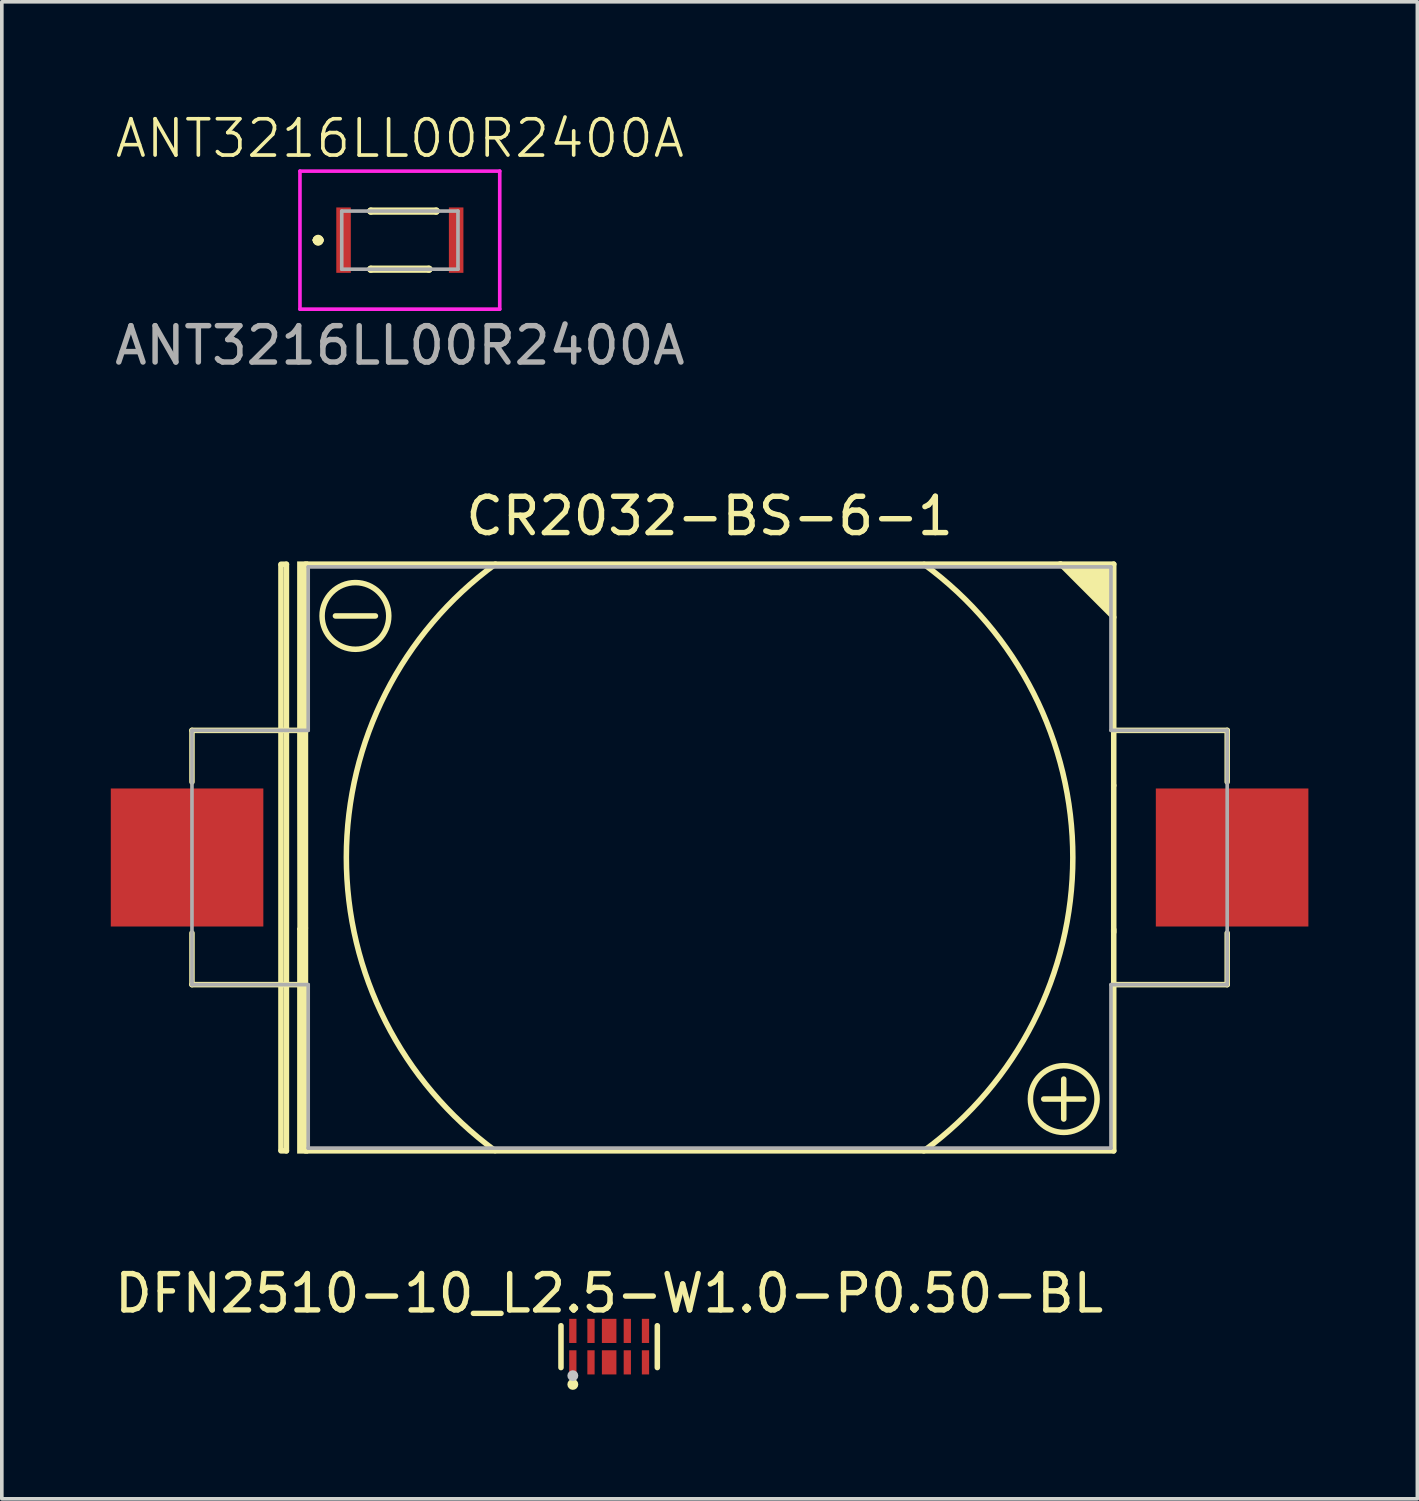
<source format=kicad_pcb>
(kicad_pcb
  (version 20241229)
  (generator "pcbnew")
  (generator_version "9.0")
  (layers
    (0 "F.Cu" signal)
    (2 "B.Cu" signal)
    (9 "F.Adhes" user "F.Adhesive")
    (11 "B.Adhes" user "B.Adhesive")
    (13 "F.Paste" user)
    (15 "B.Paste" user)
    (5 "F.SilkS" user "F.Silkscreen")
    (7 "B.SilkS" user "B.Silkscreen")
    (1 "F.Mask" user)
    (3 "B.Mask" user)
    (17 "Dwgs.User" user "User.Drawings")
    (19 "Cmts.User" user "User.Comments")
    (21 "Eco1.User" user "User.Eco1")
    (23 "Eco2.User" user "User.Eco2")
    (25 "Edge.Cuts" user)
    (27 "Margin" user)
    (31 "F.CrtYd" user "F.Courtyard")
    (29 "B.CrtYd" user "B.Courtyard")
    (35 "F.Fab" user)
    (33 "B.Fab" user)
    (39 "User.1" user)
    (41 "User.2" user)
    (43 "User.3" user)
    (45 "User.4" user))
  (footprint "DFN2510-10_L2.5-W1.0-P0.50-BL"
    (layer "F.Cu")
    (at 13.72 34.023)
    (property "Reference" "DFN2510-10_L2.5-W1.0-P0.50-BL" (at 0 -1.466 0) (layer "F.SilkS") (effects (font (size 1 1) (thickness 0.15))))
    (fp_line (start -1.326 0.576) (end -1.326 -0.576) (stroke (width 0.152) (type default)) (layer "F.SilkS"))
    (fp_line (start 1.326 0.576) (end 1.326 -0.576) (stroke (width 0.152) (type default)) (layer "F.SilkS"))
    (fp_circle (center -1 1.04) (end -0.925 1.04) (stroke (width 0.15) (type default)) (fill no) (layer "F.SilkS"))
    (fp_poly (pts (xy -1.101 0.101) (xy -0.9 0.101) (xy -0.9 0.765) (xy -1.1 0.765)) (stroke (width 0) (type default)) (fill yes) (layer "F.Paste"))
    (fp_poly (pts (xy -0.601 0.101) (xy -0.4 0.101) (xy -0.4 0.765) (xy -0.6 0.765)) (stroke (width 0) (type default)) (fill yes) (layer "F.Paste"))
    (fp_poly (pts (xy -0.2 -0.765) (xy 0.2 -0.765) (xy 0.2 -0.1) (xy -0.2 -0.1)) (stroke (width 0) (type default)) (fill yes) (layer "F.Paste"))
    (fp_poly (pts (xy -0.2 0.1) (xy 0.2 0.1) (xy 0.2 0.765) (xy -0.2 0.765)) (stroke (width 0) (type default)) (fill yes) (layer "F.Paste"))
    (fp_poly (pts (xy 0.399 0.101) (xy 0.601 0.101) (xy 0.601 0.765) (xy 0.4 0.765)) (stroke (width 0) (type default)) (fill yes) (layer "F.Paste"))
    (fp_poly (pts (xy 0.899 0.101) (xy 1.1 0.101) (xy 1.1 0.765) (xy 0.9 0.765)) (stroke (width 0) (type default)) (fill yes) (layer "F.Paste"))
    (fp_poly (pts (xy -1.101 -0.765) (xy -0.9 -0.765) (xy -0.9 -0.101) (xy -1.1 -0.101) (xy -1.1 -0.101)) (stroke (width 0) (type default)) (fill yes) (layer "F.Paste"))
    (fp_poly (pts (xy -0.601 -0.765) (xy -0.4 -0.765) (xy -0.4 -0.101) (xy -0.6 -0.101) (xy -0.6 -0.101)) (stroke (width 0) (type default)) (fill yes) (layer "F.Paste"))
    (fp_poly (pts (xy 0.399 -0.765) (xy 0.601 -0.765) (xy 0.601 -0.101) (xy 0.4 -0.101) (xy 0.4 -0.101)) (stroke (width 0) (type default)) (fill yes) (layer "F.Paste"))
    (fp_poly (pts (xy 0.899 -0.765) (xy 1.1 -0.765) (xy 1.1 -0.101) (xy 0.9 -0.101) (xy 0.9 -0.101)) (stroke (width 0) (type default)) (fill yes) (layer "F.Paste"))
    (fp_circle (center -1 0.8) (end -0.925 0.8) (stroke (width 0.15) (type default)) (fill no) (layer "Dwgs.User"))
    (fp_poly (pts (xy -1.1 -0.5) (xy -1.1 -0.1) (xy -0.9 -0.1) (xy -0.9 -0.5)) (stroke (width 0.1) (type default)) (fill no) (layer "User.1"))
    (fp_poly (pts (xy -1.1 0.5) (xy -1.1 0.1) (xy -0.9 0.1) (xy -0.9 0.5)) (stroke (width 0.1) (type default)) (fill no) (layer "User.1"))
    (fp_poly (pts (xy -0.6 -0.5) (xy -0.6 -0.1) (xy -0.4 -0.1) (xy -0.4 -0.5)) (stroke (width 0.1) (type default)) (fill no) (layer "User.1"))
    (fp_poly (pts (xy -0.6 0.5) (xy -0.6 0.1) (xy -0.4 0.1) (xy -0.4 0.5)) (stroke (width 0.1) (type default)) (fill no) (layer "User.1"))
    (fp_poly (pts (xy -0.2 -0.5) (xy 0.2 -0.5) (xy 0.2 -0.1) (xy -0.2 -0.1)) (stroke (width 0.1) (type default)) (fill no) (layer "User.1"))
    (fp_poly (pts (xy -0.2 0.1) (xy 0.2 0.1) (xy 0.2 0.5) (xy -0.2 0.5)) (stroke (width 0.1) (type default)) (fill no) (layer "User.1"))
    (fp_poly (pts (xy 0.4 -0.5) (xy 0.4 -0.1) (xy 0.6 -0.1) (xy 0.6 -0.5)) (stroke (width 0.1) (type default)) (fill no) (layer "User.1"))
    (fp_poly (pts (xy 0.4 0.5) (xy 0.4 0.1) (xy 0.6 0.1) (xy 0.6 0.5)) (stroke (width 0.1) (type default)) (fill no) (layer "User.1"))
    (fp_poly (pts (xy 0.9 -0.5) (xy 0.9 -0.1) (xy 1.1 -0.1) (xy 1.1 -0.5)) (stroke (width 0.1) (type default)) (fill no) (layer "User.1"))
    (fp_poly (pts (xy 0.9 0.5) (xy 0.9 0.1) (xy 1.1 0.1) (xy 1.1 0.5)) (stroke (width 0.1) (type default)) (fill no) (layer "User.1"))
    (fp_line (start -1.25 -0.5) (end 1.25 -0.5) (stroke (width 0.051) (type default)) (layer "User.2"))
    (fp_line (start -1.25 0.5) (end -1.25 -0.5) (stroke (width 0.051) (type default)) (layer "User.2"))
    (fp_line (start 1.25 -0.5) (end 1.25 0.5) (stroke (width 0.051) (type default)) (layer "User.2"))
    (fp_line (start 1.25 0.5) (end -1.25 0.5) (stroke (width 0.051) (type default)) (layer "User.2"))
    (fp_poly (pts (xy -1.19 0.5) (xy -1.208 0.458) (xy -1.25 0.44) (xy -1.292 0.458) (xy -1.31 0.5) (xy -1.292 0.542) (xy -1.25 0.56) (xy -1.208 0.542)) (stroke (width 0.1) (type default)) (fill no) (layer "User.3"))
    (pad "1" smd rect (at -1 0.433) (size 0.2 0.665) (layers "F.Cu" "F.Mask" "F.Paste"))
    (pad "2" smd rect (at -0.5 0.433) (size 0.2 0.665) (layers "F.Cu" "F.Mask" "F.Paste"))
    (pad "3" smd rect (at 0 0.433) (size 0.4 0.665) (layers "F.Cu" "F.Mask" "F.Paste"))
    (pad "4" smd rect (at 0.5 0.433) (size 0.2 0.665) (layers "F.Cu" "F.Mask" "F.Paste"))
    (pad "5" smd rect (at 1 0.433) (size 0.2 0.665) (layers "F.Cu" "F.Mask" "F.Paste"))
    (pad "6" smd rect (at 1 -0.433) (size 0.2 0.665) (layers "F.Cu" "F.Mask" "F.Paste"))
    (pad "7" smd rect (at 0.5 -0.433) (size 0.2 0.665) (layers "F.Cu" "F.Mask" "F.Paste"))
    (pad "8" smd rect (at 0 -0.433) (size 0.4 0.665) (layers "F.Cu" "F.Mask" "F.Paste"))
    (pad "9" smd rect (at -0.5 -0.433) (size 0.2 0.665) (layers "F.Cu" "F.Mask" "F.Paste"))
    (pad "10" smd rect (at -1 -0.433) (size 0.2 0.665) (layers "F.Cu" "F.Mask" "F.Paste")))
  (footprint "CR2032-BS-6-1"
    (layer "F.Cu")
    (at 16.485 20.557)
    (property "Reference" "CR2032-BS-6-1" (at 0 -9.4 0) (layer "F.SilkS") (effects (font (size 1 1) (thickness 0.15))))
    (fp_line (start -14.25 -3.5) (end -14.25 -2.08) (stroke (width 0.152) (type default)) (layer "F.SilkS"))
    (fp_line (start -14.25 -3.5) (end -11.127 -3.5) (stroke (width 0.152) (type default)) (layer "F.SilkS"))
    (fp_line (start -14.25 3.5) (end -14.25 2.08) (stroke (width 0.152) (type default)) (layer "F.SilkS"))
    (fp_line (start -14.25 3.5) (end -11.127 3.5) (stroke (width 0.152) (type default)) (layer "F.SilkS"))
    (fp_line (start -11.8 -8.073) (end -11.65 -8.073) (stroke (width 0.152) (type default)) (layer "F.SilkS"))
    (fp_line (start -11.8 -8.05) (end -11.8 8.053) (stroke (width 0.152) (type default)) (layer "F.SilkS"))
    (fp_line (start -11.65 -8.073) (end -11.65 8.076) (stroke (width 0.152) (type default)) (layer "F.SilkS"))
    (fp_line (start -11.65 8.076) (end -11.8 8.076) (stroke (width 0.152) (type default)) (layer "F.SilkS"))
    (fp_line (start -11.126 -8.076) (end 11.126 -8.076) (stroke (width 0.152) (type default)) (layer "F.SilkS"))
    (fp_line (start -11.126 8.076) (end 11.126 8.076) (stroke (width 0.152) (type default)) (layer "F.SilkS"))
    (fp_line (start -9.2 -6.65) (end -10.3 -6.65) (stroke (width 0.152) (type default)) (layer "F.SilkS"))
    (fp_line (start 9.2 6.65) (end 10.3 6.65) (stroke (width 0.152) (type default)) (layer "F.SilkS"))
    (fp_line (start 9.64 -8.076) (end 9.665 -8.076) (stroke (width 0.152) (type default)) (layer "F.SilkS"))
    (fp_line (start 9.665 -8.076) (end 11.126 -6.614) (stroke (width 0.152) (type default)) (layer "F.SilkS"))
    (fp_line (start 9.75 7.2) (end 9.75 6.1) (stroke (width 0.152) (type default)) (layer "F.SilkS"))
    (fp_line (start 11.126 -8.076) (end 11.126 -1.983) (stroke (width 0.152) (type default)) (layer "F.SilkS"))
    (fp_line (start 11.126 -1.983) (end 11.126 2.057) (stroke (width 0.152) (type default)) (layer "F.SilkS"))
    (fp_line (start 11.126 8.076) (end 11.126 1.983) (stroke (width 0.152) (type default)) (layer "F.SilkS"))
    (fp_line (start 14.25 -3.5) (end 11.126 -3.5) (stroke (width 0.152) (type default)) (layer "F.SilkS"))
    (fp_line (start 14.25 -3.5) (end 14.25 -2.08) (stroke (width 0.152) (type default)) (layer "F.SilkS"))
    (fp_line (start 14.25 3.5) (end 11.126 3.5) (stroke (width 0.152) (type default)) (layer "F.SilkS"))
    (fp_line (start 14.25 3.5) (end 14.25 2.08) (stroke (width 0.152) (type default)) (layer "F.SilkS"))
    (fp_arc (start -5.905 8.0705) (mid -10.000098 -0.005202) (end -5.8965 -8.0765) (stroke (width 0.152) (type default)) (layer "F.SilkS"))
    (fp_arc (start 5.905 -8.0705) (mid 10.000098 0.005202) (end 5.8965 8.0765) (stroke (width 0.152) (type default)) (layer "F.SilkS"))
    (fp_circle (center -9.75 -6.65) (end -8.832 -6.65) (stroke (width 0.152) (type default)) (fill no) (layer "F.SilkS"))
    (fp_circle (center 9.75 6.65) (end 10.668 6.65) (stroke (width 0.152) (type default)) (fill no) (layer "F.SilkS"))
    (fp_poly (pts (xy 9.652 -8.076) (xy 11.126 -8.076) (xy 11.126 -6.604)) (stroke (width 0) (type default)) (fill yes) (layer "F.SilkS"))
    (fp_poly (pts (xy -11.05 8.152) (xy -11.05 1.933) (xy -11.355 1.933) (xy -11.355 8.152)) (stroke (width 0) (type default)) (fill yes) (layer "F.SilkS"))
    (fp_poly (pts (xy -11.05 -8.152) (xy -11.05 1.95) (xy -11.35 2) (xy -11.355 -1.933) (xy -11.355 -8.152)) (stroke (width 0) (type default)) (fill yes) (layer "F.SilkS"))
    (fp_line (start -14.25 -3.5) (end -11.05 -3.5) (stroke (width 0.1) (type default)) (layer "F.Fab"))
    (fp_line (start -14.25 3.4) (end -14.25 -3.5) (stroke (width 0.1) (type default)) (layer "F.Fab"))
    (fp_line (start -14.25 3.5) (end -14.25 3.4) (stroke (width 0.1) (type default)) (layer "F.Fab"))
    (fp_line (start -11.05 -8) (end 11.05 -8) (stroke (width 0.1) (type default)) (layer "F.Fab"))
    (fp_line (start -11.05 -3.5) (end -11.05 -8) (stroke (width 0.1) (type default)) (layer "F.Fab"))
    (fp_line (start -11.05 3.5) (end -14.25 3.5) (stroke (width 0.1) (type default)) (layer "F.Fab"))
    (fp_line (start -11.05 8) (end -11.05 3.5) (stroke (width 0.1) (type default)) (layer "F.Fab"))
    (fp_line (start 11.05 -8) (end 11.05 -3.5) (stroke (width 0.1) (type default)) (layer "F.Fab"))
    (fp_line (start 11.05 -3.5) (end 14.25 -3.5) (stroke (width 0.1) (type default)) (layer "F.Fab"))
    (fp_line (start 11.05 3.5) (end 11.05 8) (stroke (width 0.1) (type default)) (layer "F.Fab"))
    (fp_line (start 11.05 8) (end -11.05 8) (stroke (width 0.1) (type default)) (layer "F.Fab"))
    (fp_line (start 14.25 -3.5) (end 14.25 3.5) (stroke (width 0.1) (type default)) (layer "F.Fab"))
    (fp_line (start 14.25 3.5) (end 11.05 3.5) (stroke (width 0.1) (type default)) (layer "F.Fab"))
    (pad "1" smd rect (at 14.385 0) (size 4.2 3.8) (layers "F.Cu" "F.Mask" "F.Paste"))
    (pad "2" smd rect (at -14.385 0) (size 4.2 3.8) (layers "F.Cu" "F.Mask" "F.Paste")))
  (footprint "ANT3216LL00R2400A"
    (layer "F.Cu")
    (at 7.958 3.561)
    (property "Reference" "ANT3216LL00R2400A" (at 0 -2.8 0) (unlocked yes) (layer "F.SilkS") (effects (font (size 1 1) (thickness 0.1))))
    (attr smd)
    (fp_line (start -2.3 0) (end -2.3 0) (stroke (width 0.2) (type solid)) (layer "F.SilkS"))
    (fp_line (start -2.3 0) (end -2.3 0) (stroke (width 0.2) (type solid)) (layer "F.SilkS"))
    (fp_line (start -2.2 0) (end -2.2 0) (stroke (width 0.2) (type solid)) (layer "F.SilkS"))
    (fp_line (start -0.8 -0.8) (end -0.8 -0.8) (stroke (width 0.2) (type solid)) (layer "F.SilkS"))
    (fp_line (start -0.8 -0.8) (end 1 -0.8) (stroke (width 0.2) (type solid)) (layer "F.SilkS"))
    (fp_line (start -0.8 0.8) (end -0.8 0.8) (stroke (width 0.2) (type solid)) (layer "F.SilkS"))
    (fp_line (start 0.8 0.8) (end -0.8 0.8) (stroke (width 0.2) (type solid)) (layer "F.SilkS"))
    (fp_line (start 0.8 0.8) (end 0.8 0.8) (stroke (width 0.2) (type solid)) (layer "F.SilkS"))
    (fp_line (start 1 -0.8) (end 1 -0.8) (stroke (width 0.2) (type solid)) (layer "F.SilkS"))
    (fp_arc (start -2.3 0) (mid -2.25 -0.05) (end -2.2 0) (stroke (width 0.2) (type solid)) (layer "F.SilkS"))
    (fp_arc (start -2.2 0) (mid -2.25 0.05) (end -2.3 0) (stroke (width 0.2) (type solid)) (layer "F.SilkS"))
    (fp_arc (start -2.2 0) (mid -2.25 0.05) (end -2.3 0) (stroke (width 0.2) (type solid)) (layer "F.SilkS"))
    (fp_line (start -2.75 -1.9) (end 2.75 -1.9) (stroke (width 0.1) (type solid)) (layer "F.CrtYd"))
    (fp_line (start -2.75 1.9) (end -2.75 -1.9) (stroke (width 0.1) (type solid)) (layer "F.CrtYd"))
    (fp_line (start 2.75 -1.9) (end 2.75 1.9) (stroke (width 0.1) (type solid)) (layer "F.CrtYd"))
    (fp_line (start 2.75 1.9) (end -2.75 1.9) (stroke (width 0.1) (type solid)) (layer "F.CrtYd"))
    (fp_line (start -1.6 -0.8) (end -1.6 0.8) (stroke (width 0.1) (type solid)) (layer "F.Fab"))
    (fp_line (start -1.6 0.8) (end 1.6 0.8) (stroke (width 0.1) (type solid)) (layer "F.Fab"))
    (fp_line (start 1.6 -0.8) (end -1.6 -0.8) (stroke (width 0.1) (type solid)) (layer "F.Fab"))
    (fp_line (start 1.6 0.8) (end 1.6 -0.8) (stroke (width 0.1) (type solid)) (layer "F.Fab"))
    (fp_text user "${REFERENCE}" (at 0 2.9 0) (unlocked yes) (layer "F.Fab") (effects (font (size 1 1) (thickness 0.15))))
    (pad "1" smd rect (at -1.55 0) (size 0.4 1.8) (layers "F.Cu" "F.Mask" "F.Paste"))
    (pad "2" smd rect (at 1.55 0) (size 0.4 1.8) (layers "F.Cu" "F.Mask" "F.Paste")))
  (gr_rect
    (start -3 -3)
    (end 35.97 38.213)
    (stroke (width 0.1) (type default))
    (fill no)
    (layer "Edge.Cuts")))
</source>
